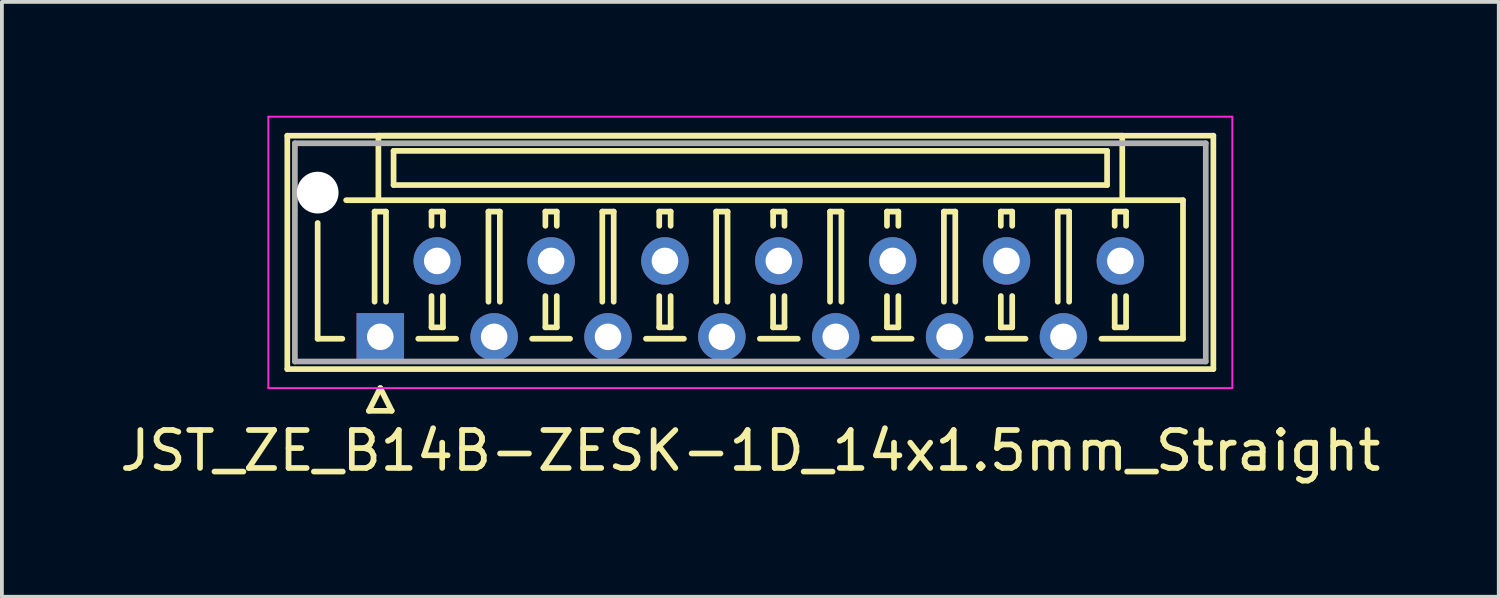
<source format=kicad_pcb>
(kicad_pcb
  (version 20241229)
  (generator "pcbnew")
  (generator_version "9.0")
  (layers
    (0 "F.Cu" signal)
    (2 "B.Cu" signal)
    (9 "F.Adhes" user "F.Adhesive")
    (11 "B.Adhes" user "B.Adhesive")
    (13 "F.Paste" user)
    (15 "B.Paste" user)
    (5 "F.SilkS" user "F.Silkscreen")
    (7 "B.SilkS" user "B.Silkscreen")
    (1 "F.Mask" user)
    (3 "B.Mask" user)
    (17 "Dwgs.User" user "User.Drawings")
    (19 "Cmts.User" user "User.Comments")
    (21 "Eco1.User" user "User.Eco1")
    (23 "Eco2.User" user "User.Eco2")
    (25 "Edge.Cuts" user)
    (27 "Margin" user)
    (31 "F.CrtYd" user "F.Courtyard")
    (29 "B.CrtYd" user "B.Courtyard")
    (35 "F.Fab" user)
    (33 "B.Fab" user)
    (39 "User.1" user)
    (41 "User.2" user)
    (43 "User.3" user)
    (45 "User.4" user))
  (footprint "JST_ZE_B14B-ZESK-1D_14x1.5mm_Straight"
    (layer "F.Cu")
    (at 6.97 5.825)
    (property "Reference" "JST_ZE_B14B-ZESK-1D_14x1.5mm_Straight" (at 9.75 3 0) (layer "F.SilkS") (effects (font (size 1 1) (thickness 0.15))))
    (attr through_hole)
    (fp_line (start -2.45 -5.3) (end -2.45 0.85) (stroke (width 0.15) (type solid)) (layer "F.SilkS"))
    (fp_line (start -2.45 0.85) (end 21.95 0.85) (stroke (width 0.15) (type solid)) (layer "F.SilkS"))
    (fp_line (start -1.65 -3) (end -1.65 0.05) (stroke (width 0.15) (type solid)) (layer "F.SilkS"))
    (fp_line (start -1.65 0.05) (end -1 0.05) (stroke (width 0.15) (type solid)) (layer "F.SilkS"))
    (fp_line (start -0.3 1.95) (end 0 1.35) (stroke (width 0.15) (type solid)) (layer "F.SilkS"))
    (fp_line (start -0.15 -3.3) (end 0.15 -3.3) (stroke (width 0.15) (type solid)) (layer "F.SilkS"))
    (fp_line (start -0.15 -0.925) (end -0.15 -3.3) (stroke (width 0.15) (type solid)) (layer "F.SilkS"))
    (fp_line (start -0.05 -5.3) (end -0.05 -3.6) (stroke (width 0.15) (type solid)) (layer "F.SilkS"))
    (fp_line (start -0.05 -3.6) (end -0.9 -3.6) (stroke (width 0.15) (type solid)) (layer "F.SilkS"))
    (fp_line (start -0.05 -3.6) (end 19.55 -3.6) (stroke (width 0.15) (type solid)) (layer "F.SilkS"))
    (fp_line (start 0 1.35) (end 0.3 1.95) (stroke (width 0.15) (type solid)) (layer "F.SilkS"))
    (fp_line (start 0.15 -3.3) (end 0.15 -0.925) (stroke (width 0.15) (type solid)) (layer "F.SilkS"))
    (fp_line (start 0.3 1.95) (end -0.3 1.95) (stroke (width 0.15) (type solid)) (layer "F.SilkS"))
    (fp_line (start 0.35 -4.9) (end 0.35 -4) (stroke (width 0.15) (type solid)) (layer "F.SilkS"))
    (fp_line (start 0.35 -4) (end 19.15 -4) (stroke (width 0.15) (type solid)) (layer "F.SilkS"))
    (fp_line (start 1 0.05) (end 2 0.05) (stroke (width 0.15) (type solid)) (layer "F.SilkS"))
    (fp_line (start 1.35 -3.3) (end 1.65 -3.3) (stroke (width 0.15) (type solid)) (layer "F.SilkS"))
    (fp_line (start 1.35 -2.925) (end 1.35 -3.3) (stroke (width 0.15) (type solid)) (layer "F.SilkS"))
    (fp_line (start 1.35 -1.075) (end 1.35 -0.25) (stroke (width 0.15) (type solid)) (layer "F.SilkS"))
    (fp_line (start 1.35 -0.25) (end 1.65 -0.25) (stroke (width 0.15) (type solid)) (layer "F.SilkS"))
    (fp_line (start 1.65 -3.3) (end 1.65 -2.925) (stroke (width 0.15) (type solid)) (layer "F.SilkS"))
    (fp_line (start 1.65 -0.25) (end 1.65 -1.075) (stroke (width 0.15) (type solid)) (layer "F.SilkS"))
    (fp_line (start 2.85 -3.3) (end 3.15 -3.3) (stroke (width 0.15) (type solid)) (layer "F.SilkS"))
    (fp_line (start 2.85 -0.925) (end 2.85 -3.3) (stroke (width 0.15) (type solid)) (layer "F.SilkS"))
    (fp_line (start 3.15 -3.3) (end 3.15 -0.925) (stroke (width 0.15) (type solid)) (layer "F.SilkS"))
    (fp_line (start 4 0.05) (end 5 0.05) (stroke (width 0.15) (type solid)) (layer "F.SilkS"))
    (fp_line (start 4.35 -3.3) (end 4.65 -3.3) (stroke (width 0.15) (type solid)) (layer "F.SilkS"))
    (fp_line (start 4.35 -2.925) (end 4.35 -3.3) (stroke (width 0.15) (type solid)) (layer "F.SilkS"))
    (fp_line (start 4.35 -1.075) (end 4.35 -0.25) (stroke (width 0.15) (type solid)) (layer "F.SilkS"))
    (fp_line (start 4.35 -0.25) (end 4.65 -0.25) (stroke (width 0.15) (type solid)) (layer "F.SilkS"))
    (fp_line (start 4.65 -3.3) (end 4.65 -2.925) (stroke (width 0.15) (type solid)) (layer "F.SilkS"))
    (fp_line (start 4.65 -0.25) (end 4.65 -1.075) (stroke (width 0.15) (type solid)) (layer "F.SilkS"))
    (fp_line (start 5.85 -3.3) (end 6.15 -3.3) (stroke (width 0.15) (type solid)) (layer "F.SilkS"))
    (fp_line (start 5.85 -0.925) (end 5.85 -3.3) (stroke (width 0.15) (type solid)) (layer "F.SilkS"))
    (fp_line (start 6.15 -3.3) (end 6.15 -0.925) (stroke (width 0.15) (type solid)) (layer "F.SilkS"))
    (fp_line (start 7 0.05) (end 8 0.05) (stroke (width 0.15) (type solid)) (layer "F.SilkS"))
    (fp_line (start 7.35 -3.3) (end 7.65 -3.3) (stroke (width 0.15) (type solid)) (layer "F.SilkS"))
    (fp_line (start 7.35 -2.925) (end 7.35 -3.3) (stroke (width 0.15) (type solid)) (layer "F.SilkS"))
    (fp_line (start 7.35 -1.075) (end 7.35 -0.25) (stroke (width 0.15) (type solid)) (layer "F.SilkS"))
    (fp_line (start 7.35 -0.25) (end 7.65 -0.25) (stroke (width 0.15) (type solid)) (layer "F.SilkS"))
    (fp_line (start 7.65 -3.3) (end 7.65 -2.925) (stroke (width 0.15) (type solid)) (layer "F.SilkS"))
    (fp_line (start 7.65 -0.25) (end 7.65 -1.075) (stroke (width 0.15) (type solid)) (layer "F.SilkS"))
    (fp_line (start 8.85 -3.3) (end 9.15 -3.3) (stroke (width 0.15) (type solid)) (layer "F.SilkS"))
    (fp_line (start 8.85 -0.925) (end 8.85 -3.3) (stroke (width 0.15) (type solid)) (layer "F.SilkS"))
    (fp_line (start 9.15 -3.3) (end 9.15 -0.925) (stroke (width 0.15) (type solid)) (layer "F.SilkS"))
    (fp_line (start 10 0.05) (end 11 0.05) (stroke (width 0.15) (type solid)) (layer "F.SilkS"))
    (fp_line (start 10.35 -3.3) (end 10.65 -3.3) (stroke (width 0.15) (type solid)) (layer "F.SilkS"))
    (fp_line (start 10.35 -2.925) (end 10.35 -3.3) (stroke (width 0.15) (type solid)) (layer "F.SilkS"))
    (fp_line (start 10.35 -1.075) (end 10.35 -0.25) (stroke (width 0.15) (type solid)) (layer "F.SilkS"))
    (fp_line (start 10.35 -0.25) (end 10.65 -0.25) (stroke (width 0.15) (type solid)) (layer "F.SilkS"))
    (fp_line (start 10.65 -3.3) (end 10.65 -2.925) (stroke (width 0.15) (type solid)) (layer "F.SilkS"))
    (fp_line (start 10.65 -0.25) (end 10.65 -1.075) (stroke (width 0.15) (type solid)) (layer "F.SilkS"))
    (fp_line (start 11.85 -3.3) (end 12.15 -3.3) (stroke (width 0.15) (type solid)) (layer "F.SilkS"))
    (fp_line (start 11.85 -0.925) (end 11.85 -3.3) (stroke (width 0.15) (type solid)) (layer "F.SilkS"))
    (fp_line (start 12.15 -3.3) (end 12.15 -0.925) (stroke (width 0.15) (type solid)) (layer "F.SilkS"))
    (fp_line (start 13 0.05) (end 14 0.05) (stroke (width 0.15) (type solid)) (layer "F.SilkS"))
    (fp_line (start 13.35 -3.3) (end 13.65 -3.3) (stroke (width 0.15) (type solid)) (layer "F.SilkS"))
    (fp_line (start 13.35 -2.925) (end 13.35 -3.3) (stroke (width 0.15) (type solid)) (layer "F.SilkS"))
    (fp_line (start 13.35 -1.075) (end 13.35 -0.25) (stroke (width 0.15) (type solid)) (layer "F.SilkS"))
    (fp_line (start 13.35 -0.25) (end 13.65 -0.25) (stroke (width 0.15) (type solid)) (layer "F.SilkS"))
    (fp_line (start 13.65 -3.3) (end 13.65 -2.925) (stroke (width 0.15) (type solid)) (layer "F.SilkS"))
    (fp_line (start 13.65 -0.25) (end 13.65 -1.075) (stroke (width 0.15) (type solid)) (layer "F.SilkS"))
    (fp_line (start 14.85 -3.3) (end 15.15 -3.3) (stroke (width 0.15) (type solid)) (layer "F.SilkS"))
    (fp_line (start 14.85 -0.925) (end 14.85 -3.3) (stroke (width 0.15) (type solid)) (layer "F.SilkS"))
    (fp_line (start 15.15 -3.3) (end 15.15 -0.925) (stroke (width 0.15) (type solid)) (layer "F.SilkS"))
    (fp_line (start 16 0.05) (end 17 0.05) (stroke (width 0.15) (type solid)) (layer "F.SilkS"))
    (fp_line (start 16.35 -3.3) (end 16.65 -3.3) (stroke (width 0.15) (type solid)) (layer "F.SilkS"))
    (fp_line (start 16.35 -2.925) (end 16.35 -3.3) (stroke (width 0.15) (type solid)) (layer "F.SilkS"))
    (fp_line (start 16.35 -1.075) (end 16.35 -0.25) (stroke (width 0.15) (type solid)) (layer "F.SilkS"))
    (fp_line (start 16.35 -0.25) (end 16.65 -0.25) (stroke (width 0.15) (type solid)) (layer "F.SilkS"))
    (fp_line (start 16.65 -3.3) (end 16.65 -2.925) (stroke (width 0.15) (type solid)) (layer "F.SilkS"))
    (fp_line (start 16.65 -0.25) (end 16.65 -1.075) (stroke (width 0.15) (type solid)) (layer "F.SilkS"))
    (fp_line (start 17.85 -3.3) (end 18.15 -3.3) (stroke (width 0.15) (type solid)) (layer "F.SilkS"))
    (fp_line (start 17.85 -0.925) (end 17.85 -3.3) (stroke (width 0.15) (type solid)) (layer "F.SilkS"))
    (fp_line (start 18.15 -3.3) (end 18.15 -0.925) (stroke (width 0.15) (type solid)) (layer "F.SilkS"))
    (fp_line (start 19.15 -4.9) (end 0.35 -4.9) (stroke (width 0.15) (type solid)) (layer "F.SilkS"))
    (fp_line (start 19.15 -4) (end 19.15 -4.9) (stroke (width 0.15) (type solid)) (layer "F.SilkS"))
    (fp_line (start 19.35 -3.3) (end 19.65 -3.3) (stroke (width 0.15) (type solid)) (layer "F.SilkS"))
    (fp_line (start 19.35 -2.925) (end 19.35 -3.3) (stroke (width 0.15) (type solid)) (layer "F.SilkS"))
    (fp_line (start 19.35 -1.075) (end 19.35 -0.25) (stroke (width 0.15) (type solid)) (layer "F.SilkS"))
    (fp_line (start 19.35 -0.25) (end 19.65 -0.25) (stroke (width 0.15) (type solid)) (layer "F.SilkS"))
    (fp_line (start 19.55 -5.3) (end -0.05 -5.3) (stroke (width 0.15) (type solid)) (layer "F.SilkS"))
    (fp_line (start 19.55 -3.6) (end 19.55 -5.3) (stroke (width 0.15) (type solid)) (layer "F.SilkS"))
    (fp_line (start 19.55 -3.6) (end 21.15 -3.6) (stroke (width 0.15) (type solid)) (layer "F.SilkS"))
    (fp_line (start 19.65 -3.3) (end 19.65 -2.925) (stroke (width 0.15) (type solid)) (layer "F.SilkS"))
    (fp_line (start 19.65 -0.25) (end 19.65 -1.075) (stroke (width 0.15) (type solid)) (layer "F.SilkS"))
    (fp_line (start 21.15 -3.6) (end 21.15 0.05) (stroke (width 0.15) (type solid)) (layer "F.SilkS"))
    (fp_line (start 21.15 0.05) (end 19 0.05) (stroke (width 0.15) (type solid)) (layer "F.SilkS"))
    (fp_line (start 21.95 -5.3) (end -2.45 -5.3) (stroke (width 0.15) (type solid)) (layer "F.SilkS"))
    (fp_line (start 21.95 0.85) (end 21.95 -5.3) (stroke (width 0.15) (type solid)) (layer "F.SilkS"))
    (fp_line (start -2.95 -5.8) (end -2.95 1.35) (stroke (width 0.05) (type solid)) (layer "F.CrtYd"))
    (fp_line (start -2.95 1.35) (end 22.45 1.35) (stroke (width 0.05) (type solid)) (layer "F.CrtYd"))
    (fp_line (start 22.45 -5.8) (end -2.95 -5.8) (stroke (width 0.05) (type solid)) (layer "F.CrtYd"))
    (fp_line (start 22.45 1.35) (end 22.45 -5.8) (stroke (width 0.05) (type solid)) (layer "F.CrtYd"))
    (fp_line (start -2.25 -5.1) (end -2.25 0.65) (stroke (width 0.15) (type solid)) (layer "F.Fab"))
    (fp_line (start -2.25 0.65) (end 21.75 0.65) (stroke (width 0.15) (type solid)) (layer "F.Fab"))
    (fp_line (start 21.75 -5.1) (end -2.25 -5.1) (stroke (width 0.15) (type solid)) (layer "F.Fab"))
    (fp_line (start 21.75 0.65) (end 21.75 -5.1) (stroke (width 0.15) (type solid)) (layer "F.Fab"))
    (pad "" np_thru_hole circle (at -1.65 -3.8) (size 1.1 1.1) (drill 1.1) (layers "*.Cu"))
    (pad "1" thru_hole rect (at 0 0) (size 1.25 1.25) (drill 0.7) (layers "*.Cu" "*.Mask"))
    (pad "2" thru_hole circle (at 1.5 -2) (size 1.25 1.25) (drill 0.7) (layers "*.Cu" "*.Mask"))
    (pad "3" thru_hole circle (at 3 0) (size 1.25 1.25) (drill 0.7) (layers "*.Cu" "*.Mask"))
    (pad "4" thru_hole circle (at 4.5 -2) (size 1.25 1.25) (drill 0.7) (layers "*.Cu" "*.Mask"))
    (pad "5" thru_hole circle (at 6 0) (size 1.25 1.25) (drill 0.7) (layers "*.Cu" "*.Mask"))
    (pad "6" thru_hole circle (at 7.5 -2) (size 1.25 1.25) (drill 0.7) (layers "*.Cu" "*.Mask"))
    (pad "7" thru_hole circle (at 9 0) (size 1.25 1.25) (drill 0.7) (layers "*.Cu" "*.Mask"))
    (pad "8" thru_hole circle (at 10.5 -2) (size 1.25 1.25) (drill 0.7) (layers "*.Cu" "*.Mask"))
    (pad "9" thru_hole circle (at 12 0) (size 1.25 1.25) (drill 0.7) (layers "*.Cu" "*.Mask"))
    (pad "10" thru_hole circle (at 13.5 -2) (size 1.25 1.25) (drill 0.7) (layers "*.Cu" "*.Mask"))
    (pad "11" thru_hole circle (at 15 0) (size 1.25 1.25) (drill 0.7) (layers "*.Cu" "*.Mask"))
    (pad "12" thru_hole circle (at 16.5 -2) (size 1.25 1.25) (drill 0.7) (layers "*.Cu" "*.Mask"))
    (pad "13" thru_hole circle (at 18 0) (size 1.25 1.25) (drill 0.7) (layers "*.Cu" "*.Mask"))
    (pad "14" thru_hole circle (at 19.5 -2) (size 1.25 1.25) (drill 0.7) (layers "*.Cu" "*.Mask")))
  (gr_rect
    (start -3 -3)
    (end 36.44 12.673)
    (stroke (width 0.1) (type default))
    (fill no)
    (layer "Edge.Cuts")))
</source>
